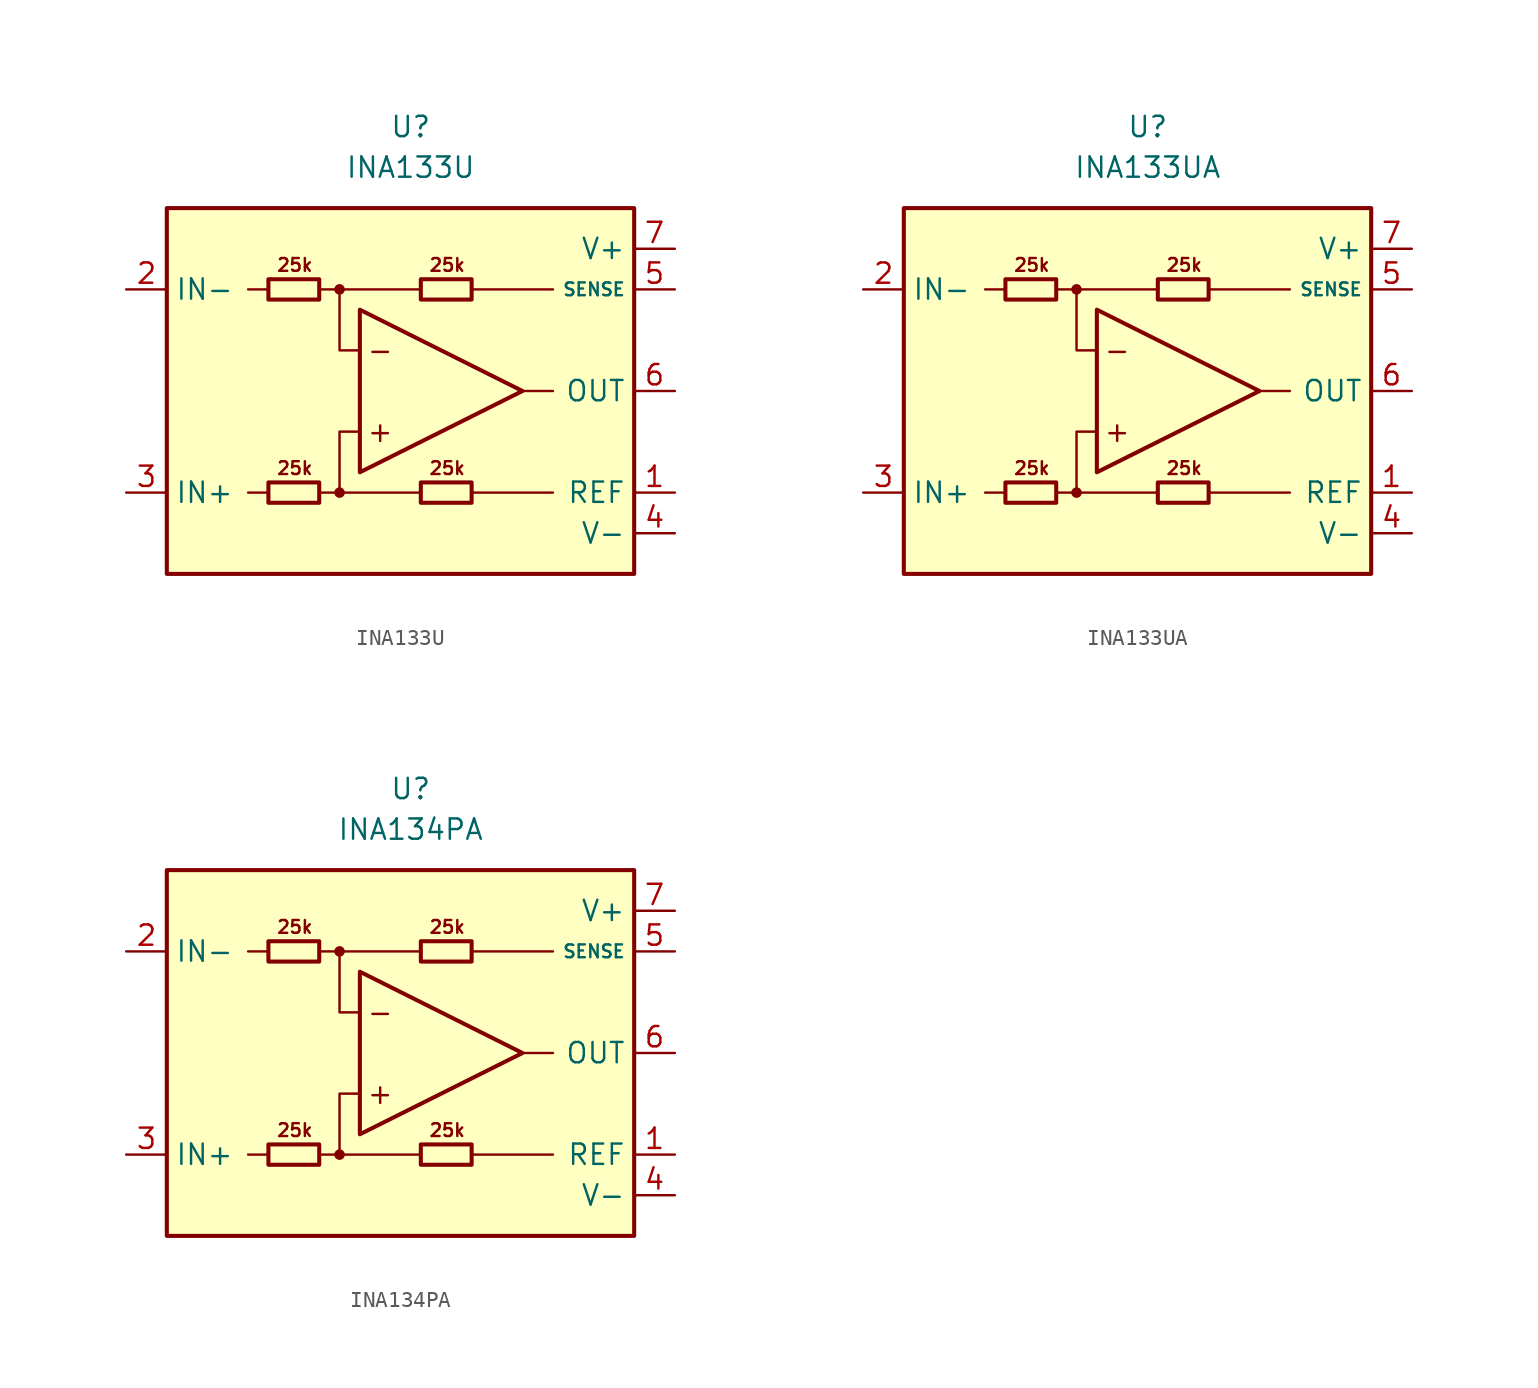
<source format=kicad_sym>
(kicad_symbol_lib
  (version 20211014)
  (generator kicad_symbol_editor)
  (symbol "INA133U"
    (property "Reference" "U"
      (at 0 16.51 0)
      (effects (font (size 1.27 1.27))))
    (property "Value" "INA133U"
      (at 0 13.97 0)
      (effects (font (size 1.27 1.27))))
    (symbol "INA133U_0_0"
      (rectangle (start -15.24 11.43) (end 13.97 -11.43) (stroke (width 0.254) (type default) (color 0 0 0 0)) (fill (type background)))
      (circle (center -4.445 -6.35) (radius 0.254) (stroke (width 0.152) (type default) (color 0 0 0 0)) (fill (type outline)))
      (circle (center -4.445 6.35) (radius 0.254) (stroke (width 0.152) (type default) (color 0 0 0 0)) (fill (type outline)))
      (polyline (pts (xy -8.89 -6.35) (xy -10.16 -6.35)) (stroke (width 0.152) (type default) (color 0 0 0 0)) (fill (type none)))
      (polyline (pts (xy -8.89 6.35) (xy -10.16 6.35)) (stroke (width 0.152) (type default) (color 0 0 0 0)) (fill (type none)))
      (polyline (pts (xy -4.445 6.35) (xy 0.635 6.35)) (stroke (width 0.152) (type default) (color 0 0 0 0)) (fill (type none)))
      (polyline (pts (xy 0.635 -6.35) (xy -4.445 -6.35)) (stroke (width 0.152) (type default) (color 0 0 0 0)) (fill (type none)))
      (polyline (pts (xy 3.81 -6.35) (xy 8.89 -6.35)) (stroke (width 0.152) (type default) (color 0 0 0 0)) (fill (type none)))
      (polyline (pts (xy 3.81 6.35) (xy 8.89 6.35)) (stroke (width 0.152) (type default) (color 0 0 0 0)) (fill (type none)))
      (polyline (pts (xy 8.89 0) (xy 6.985 0)) (stroke (width 0.152) (type default) (color 0 0 0 0)) (fill (type none)))
      (polyline (pts (xy -5.715 -6.35) (xy -4.445 -6.35) (xy -4.445 -2.54) (xy -3.175 -2.54)) (stroke (width 0.152) (type default) (color 0 0 0 0)) (fill (type none)))
      (polyline (pts (xy -3.175 2.54) (xy -4.445 2.54) (xy -4.445 6.35) (xy -5.715 6.35)) (stroke (width 0.152) (type default) (color 0 0 0 0)) (fill (type none)))
      (text "+" (at -1.905 -2.54 0) (effects (font (size 1.27 1.27))))
      (text "-" (at -1.905 2.54 0) (effects (font (size 1.27 1.27))))
      (text "25k" (at -7.239 -4.826 0) (effects (font (size 0.8 0.8))))
      (text "25k" (at -7.239 7.874 0) (effects (font (size 0.8 0.8))))
      (text "25k" (at 2.286 -4.826 0) (effects (font (size 0.8 0.8))))
      (text "25k" (at 2.286 7.874 0) (effects (font (size 0.8 0.8)))))
    (symbol "INA133U_0_1"
      (rectangle (start -8.89 -5.715) (end -5.715 -6.985) (stroke (width 0.254) (type default) (color 0 0 0 0)) (fill (type none)))
      (rectangle (start -8.89 6.985) (end -5.715 5.715) (stroke (width 0.254) (type default) (color 0 0 0 0)) (fill (type none)))
      (polyline (pts (xy -3.175 5.08) (xy -3.175 -5.08) (xy 6.985 0) (xy -3.175 5.08)) (stroke (width 0.254) (type default) (color 0 0 0 0)) (fill (type none)))
      (rectangle (start 0.635 -5.715) (end 3.81 -6.985) (stroke (width 0.254) (type default) (color 0 0 0 0)) (fill (type none)))
      (rectangle (start 0.635 6.985) (end 3.81 5.715) (stroke (width 0.254) (type default) (color 0 0 0 0)) (fill (type none))))
    (symbol "INA133U_1_1"
      (pin input line (at 16.51 -6.35 180) (length 2.54) (name "REF" (effects (font (size 1.27 1.27)))) (number "1" (effects (font (size 1.27 1.27)))))
      (pin input line (at -17.78 6.35 0) (length 2.54) (name "IN-" (effects (font (size 1.27 1.27)))) (number "2" (effects (font (size 1.27 1.27)))))
      (pin input line (at -17.78 -6.35 0) (length 2.54) (name "IN+" (effects (font (size 1.27 1.27)))) (number "3" (effects (font (size 1.27 1.27)))))
      (pin power_in line (at 16.51 -8.89 180) (length 2.54) (name "V-" (effects (font (size 1.27 1.27)))) (number "4" (effects (font (size 1.27 1.27)))))
      (pin input line (at 16.51 6.35 180) (length 2.54) (name "SENSE" (effects (font (size 0.8 0.8)))) (number "5" (effects (font (size 1.27 1.27)))))
      (pin output line (at 16.51 0 180) (length 2.54) (name "OUT" (effects (font (size 1.27 1.27)))) (number "6" (effects (font (size 1.27 1.27)))))
      (pin power_in line (at 16.51 8.89 180) (length 2.54) (name "V+" (effects (font (size 1.27 1.27)))) (number "7" (effects (font (size 1.27 1.27)))))
      (pin no_connect line (at -10.16 0 0) (length 2.54) hide (name "NC" (effects (font (size 1.27 1.27)))) (number "8" (effects (font (size 1.27 1.27)))))))
  (symbol "INA133UA"
    (property "Reference" "U"
      (at 0 16.51 0)
      (effects (font (size 1.27 1.27))))
    (property "Value" "INA133UA"
      (at 0 13.97 0)
      (effects (font (size 1.27 1.27))))
    (symbol "INA133UA_0_0"
      (rectangle (start -15.24 11.43) (end 13.97 -11.43) (stroke (width 0.254) (type default) (color 0 0 0 0)) (fill (type background)))
      (circle (center -4.445 -6.35) (radius 0.254) (stroke (width 0.152) (type default) (color 0 0 0 0)) (fill (type outline)))
      (circle (center -4.445 6.35) (radius 0.254) (stroke (width 0.152) (type default) (color 0 0 0 0)) (fill (type outline)))
      (polyline (pts (xy -8.89 -6.35) (xy -10.16 -6.35)) (stroke (width 0.152) (type default) (color 0 0 0 0)) (fill (type none)))
      (polyline (pts (xy -8.89 6.35) (xy -10.16 6.35)) (stroke (width 0.152) (type default) (color 0 0 0 0)) (fill (type none)))
      (polyline (pts (xy -4.445 6.35) (xy 0.635 6.35)) (stroke (width 0.152) (type default) (color 0 0 0 0)) (fill (type none)))
      (polyline (pts (xy 0.635 -6.35) (xy -4.445 -6.35)) (stroke (width 0.152) (type default) (color 0 0 0 0)) (fill (type none)))
      (polyline (pts (xy 3.81 -6.35) (xy 8.89 -6.35)) (stroke (width 0.152) (type default) (color 0 0 0 0)) (fill (type none)))
      (polyline (pts (xy 3.81 6.35) (xy 8.89 6.35)) (stroke (width 0.152) (type default) (color 0 0 0 0)) (fill (type none)))
      (polyline (pts (xy 8.89 0) (xy 6.985 0)) (stroke (width 0.152) (type default) (color 0 0 0 0)) (fill (type none)))
      (polyline (pts (xy -5.715 -6.35) (xy -4.445 -6.35) (xy -4.445 -2.54) (xy -3.175 -2.54)) (stroke (width 0.152) (type default) (color 0 0 0 0)) (fill (type none)))
      (polyline (pts (xy -3.175 2.54) (xy -4.445 2.54) (xy -4.445 6.35) (xy -5.715 6.35)) (stroke (width 0.152) (type default) (color 0 0 0 0)) (fill (type none)))
      (text "+" (at -1.905 -2.54 0) (effects (font (size 1.27 1.27))))
      (text "-" (at -1.905 2.54 0) (effects (font (size 1.27 1.27))))
      (text "25k" (at -7.239 -4.826 0) (effects (font (size 0.8 0.8))))
      (text "25k" (at -7.239 7.874 0) (effects (font (size 0.8 0.8))))
      (text "25k" (at 2.286 -4.826 0) (effects (font (size 0.8 0.8))))
      (text "25k" (at 2.286 7.874 0) (effects (font (size 0.8 0.8)))))
    (symbol "INA133UA_0_1"
      (rectangle (start -8.89 -5.715) (end -5.715 -6.985) (stroke (width 0.254) (type default) (color 0 0 0 0)) (fill (type none)))
      (rectangle (start -8.89 6.985) (end -5.715 5.715) (stroke (width 0.254) (type default) (color 0 0 0 0)) (fill (type none)))
      (polyline (pts (xy -3.175 5.08) (xy -3.175 -5.08) (xy 6.985 0) (xy -3.175 5.08)) (stroke (width 0.254) (type default) (color 0 0 0 0)) (fill (type none)))
      (rectangle (start 0.635 -5.715) (end 3.81 -6.985) (stroke (width 0.254) (type default) (color 0 0 0 0)) (fill (type none)))
      (rectangle (start 0.635 6.985) (end 3.81 5.715) (stroke (width 0.254) (type default) (color 0 0 0 0)) (fill (type none))))
    (symbol "INA133UA_1_1"
      (pin input line (at 16.51 -6.35 180) (length 2.54) (name "REF" (effects (font (size 1.27 1.27)))) (number "1" (effects (font (size 1.27 1.27)))))
      (pin input line (at -17.78 6.35 0) (length 2.54) (name "IN-" (effects (font (size 1.27 1.27)))) (number "2" (effects (font (size 1.27 1.27)))))
      (pin input line (at -17.78 -6.35 0) (length 2.54) (name "IN+" (effects (font (size 1.27 1.27)))) (number "3" (effects (font (size 1.27 1.27)))))
      (pin power_in line (at 16.51 -8.89 180) (length 2.54) (name "V-" (effects (font (size 1.27 1.27)))) (number "4" (effects (font (size 1.27 1.27)))))
      (pin input line (at 16.51 6.35 180) (length 2.54) (name "SENSE" (effects (font (size 0.8 0.8)))) (number "5" (effects (font (size 1.27 1.27)))))
      (pin output line (at 16.51 0 180) (length 2.54) (name "OUT" (effects (font (size 1.27 1.27)))) (number "6" (effects (font (size 1.27 1.27)))))
      (pin power_in line (at 16.51 8.89 180) (length 2.54) (name "V+" (effects (font (size 1.27 1.27)))) (number "7" (effects (font (size 1.27 1.27)))))
      (pin no_connect line (at -10.16 0 0) (length 2.54) hide (name "NC" (effects (font (size 1.27 1.27)))) (number "8" (effects (font (size 1.27 1.27)))))))
  (symbol "INA134PA"
    (property "Reference" "U"
      (at 0 16.51 0)
      (effects (font (size 1.27 1.27))))
    (property "Value" "INA134PA"
      (at 0 13.97 0)
      (effects (font (size 1.27 1.27))))
    (symbol "INA134PA_0_0"
      (rectangle (start -15.24 11.43) (end 13.97 -11.43) (stroke (width 0.254) (type default) (color 0 0 0 0)) (fill (type background)))
      (circle (center -4.445 -6.35) (radius 0.254) (stroke (width 0.152) (type default) (color 0 0 0 0)) (fill (type outline)))
      (circle (center -4.445 6.35) (radius 0.254) (stroke (width 0.152) (type default) (color 0 0 0 0)) (fill (type outline)))
      (polyline (pts (xy -8.89 -6.35) (xy -10.16 -6.35)) (stroke (width 0.152) (type default) (color 0 0 0 0)) (fill (type none)))
      (polyline (pts (xy -8.89 6.35) (xy -10.16 6.35)) (stroke (width 0.152) (type default) (color 0 0 0 0)) (fill (type none)))
      (polyline (pts (xy -4.445 6.35) (xy 0.635 6.35)) (stroke (width 0.152) (type default) (color 0 0 0 0)) (fill (type none)))
      (polyline (pts (xy 0.635 -6.35) (xy -4.445 -6.35)) (stroke (width 0.152) (type default) (color 0 0 0 0)) (fill (type none)))
      (polyline (pts (xy 3.81 -6.35) (xy 8.89 -6.35)) (stroke (width 0.152) (type default) (color 0 0 0 0)) (fill (type none)))
      (polyline (pts (xy 3.81 6.35) (xy 8.89 6.35)) (stroke (width 0.152) (type default) (color 0 0 0 0)) (fill (type none)))
      (polyline (pts (xy 8.89 0) (xy 6.985 0)) (stroke (width 0.152) (type default) (color 0 0 0 0)) (fill (type none)))
      (polyline (pts (xy -5.715 -6.35) (xy -4.445 -6.35) (xy -4.445 -2.54) (xy -3.175 -2.54)) (stroke (width 0.152) (type default) (color 0 0 0 0)) (fill (type none)))
      (polyline (pts (xy -3.175 2.54) (xy -4.445 2.54) (xy -4.445 6.35) (xy -5.715 6.35)) (stroke (width 0.152) (type default) (color 0 0 0 0)) (fill (type none)))
      (text "+" (at -1.905 -2.54 0) (effects (font (size 1.27 1.27))))
      (text "-" (at -1.905 2.54 0) (effects (font (size 1.27 1.27))))
      (text "25k" (at -7.239 -4.826 0) (effects (font (size 0.8 0.8))))
      (text "25k" (at -7.239 7.874 0) (effects (font (size 0.8 0.8))))
      (text "25k" (at 2.286 -4.826 0) (effects (font (size 0.8 0.8))))
      (text "25k" (at 2.286 7.874 0) (effects (font (size 0.8 0.8)))))
    (symbol "INA134PA_0_1"
      (rectangle (start -8.89 -5.715) (end -5.715 -6.985) (stroke (width 0.254) (type default) (color 0 0 0 0)) (fill (type none)))
      (rectangle (start -8.89 6.985) (end -5.715 5.715) (stroke (width 0.254) (type default) (color 0 0 0 0)) (fill (type none)))
      (polyline (pts (xy -3.175 5.08) (xy -3.175 -5.08) (xy 6.985 0) (xy -3.175 5.08)) (stroke (width 0.254) (type default) (color 0 0 0 0)) (fill (type none)))
      (rectangle (start 0.635 -5.715) (end 3.81 -6.985) (stroke (width 0.254) (type default) (color 0 0 0 0)) (fill (type none)))
      (rectangle (start 0.635 6.985) (end 3.81 5.715) (stroke (width 0.254) (type default) (color 0 0 0 0)) (fill (type none))))
    (symbol "INA134PA_1_1"
      (pin input line (at 16.51 -6.35 180) (length 2.54) (name "REF" (effects (font (size 1.27 1.27)))) (number "1" (effects (font (size 1.27 1.27)))))
      (pin input line (at -17.78 6.35 0) (length 2.54) (name "IN-" (effects (font (size 1.27 1.27)))) (number "2" (effects (font (size 1.27 1.27)))))
      (pin input line (at -17.78 -6.35 0) (length 2.54) (name "IN+" (effects (font (size 1.27 1.27)))) (number "3" (effects (font (size 1.27 1.27)))))
      (pin power_in line (at 16.51 -8.89 180) (length 2.54) (name "V-" (effects (font (size 1.27 1.27)))) (number "4" (effects (font (size 1.27 1.27)))))
      (pin input line (at 16.51 6.35 180) (length 2.54) (name "SENSE" (effects (font (size 0.8 0.8)))) (number "5" (effects (font (size 1.27 1.27)))))
      (pin output line (at 16.51 0 180) (length 2.54) (name "OUT" (effects (font (size 1.27 1.27)))) (number "6" (effects (font (size 1.27 1.27)))))
      (pin power_in line (at 16.51 8.89 180) (length 2.54) (name "V+" (effects (font (size 1.27 1.27)))) (number "7" (effects (font (size 1.27 1.27)))))
      (pin no_connect line (at -10.16 0 0) (length 2.54) hide (name "NC" (effects (font (size 1.27 1.27)))) (number "8" (effects (font (size 1.27 1.27))))))))
</source>
